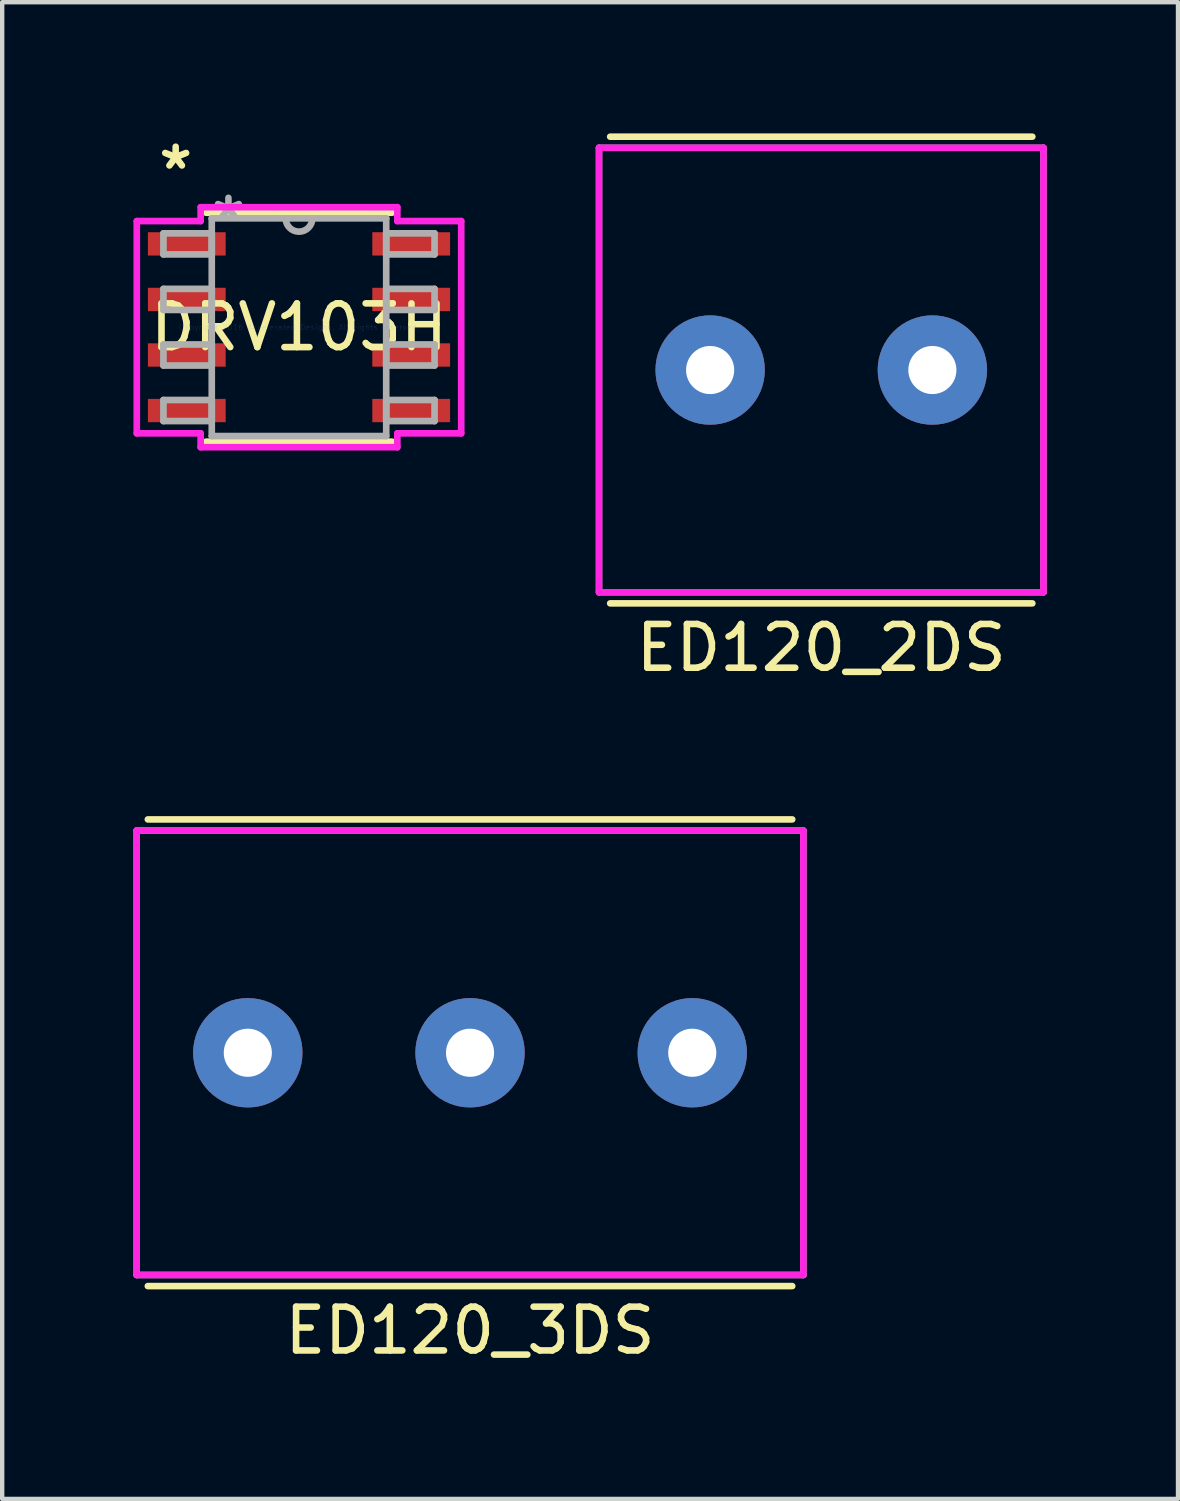
<source format=kicad_pcb>
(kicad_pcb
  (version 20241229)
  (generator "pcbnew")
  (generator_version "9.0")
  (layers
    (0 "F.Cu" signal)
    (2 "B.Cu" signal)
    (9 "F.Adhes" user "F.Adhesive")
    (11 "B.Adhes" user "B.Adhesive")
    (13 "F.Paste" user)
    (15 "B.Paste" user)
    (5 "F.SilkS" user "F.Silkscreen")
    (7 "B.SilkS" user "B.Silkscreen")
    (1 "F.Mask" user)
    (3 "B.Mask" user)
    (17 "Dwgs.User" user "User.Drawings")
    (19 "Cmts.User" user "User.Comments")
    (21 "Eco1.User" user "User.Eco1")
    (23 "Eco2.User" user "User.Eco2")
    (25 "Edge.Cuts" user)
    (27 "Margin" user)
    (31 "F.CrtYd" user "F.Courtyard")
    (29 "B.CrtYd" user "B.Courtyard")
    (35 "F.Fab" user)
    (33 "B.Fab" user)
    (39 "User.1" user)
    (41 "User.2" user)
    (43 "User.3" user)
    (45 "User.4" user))
  (footprint "ED120_3DS"
    (layer "F.Cu")
    (at 7.695 21.016)
    (property "Reference" "ED120_3DS" (at 0 6.35 0) (layer "F.SilkS") (effects (font (size 1 1) (thickness 0.15))))
    (attr through_hole)
    (fp_line (start -7.366 -5.334) (end 7.366 -5.334) (stroke (width 0.15) (type solid)) (layer "F.SilkS"))
    (fp_line (start 7.366 5.334) (end -7.366 5.334) (stroke (width 0.15) (type solid)) (layer "F.SilkS"))
    (fp_line (start -7.62 -5.08) (end 7.62 -5.08) (stroke (width 0.15) (type solid)) (layer "F.CrtYd"))
    (fp_line (start -7.62 5.08) (end -7.62 -5.08) (stroke (width 0.15) (type solid)) (layer "F.CrtYd"))
    (fp_line (start 7.62 -5.08) (end 7.62 5.08) (stroke (width 0.15) (type solid)) (layer "F.CrtYd"))
    (fp_line (start 7.62 5.08) (end -7.62 5.08) (stroke (width 0.15) (type solid)) (layer "F.CrtYd"))
    (fp_line (start -7.62 -5.08) (end 7.62 -5.08) (stroke (width 0.15) (type solid)) (layer "F.Fab"))
    (fp_line (start -7.62 5.08) (end -7.62 -5.08) (stroke (width 0.15) (type solid)) (layer "F.Fab"))
    (fp_line (start 7.62 5.08) (end -7.62 5.08) (stroke (width 0.15) (type solid)) (layer "F.Fab"))
    (fp_line (start 7.62 5.08) (end 7.62 -5.08) (stroke (width 0.15) (type solid)) (layer "F.Fab"))
    (pad "1" thru_hole circle (at -5.08 0) (size 2.5 2.5) (drill 1.1) (layers "*.Cu" "*.Mask"))
    (pad "2" thru_hole circle (at 0 0) (size 2.5 2.5) (drill 1.1) (layers "*.Cu" "*.Mask"))
    (pad "3" thru_hole circle (at 5.08 0) (size 2.5 2.5) (drill 1.1) (layers "*.Cu" "*.Mask")))
  (footprint "DRV103H"
    (layer "F.Cu")
    (at 3.785 4.43)
    (property "Reference" "DRV103H" (at 0 0 0) (layer "F.SilkS") (effects (font (size 1 1) (thickness 0.15))))
    (attr through_hole)
    (fp_line (start -2.121 2.616) (end 2.121 2.616) (stroke (width 0.152) (type solid)) (layer "F.SilkS"))
    (fp_line (start 2.121 -2.616) (end -2.121 -2.616) (stroke (width 0.152) (type solid)) (layer "F.SilkS"))
    (fp_line (start -3.708 -2.426) (end -2.248 -2.426) (stroke (width 0.152) (type solid)) (layer "F.CrtYd"))
    (fp_line (start -3.708 2.426) (end -3.708 -2.426) (stroke (width 0.152) (type solid)) (layer "F.CrtYd"))
    (fp_line (start -2.248 -2.743) (end 2.248 -2.743) (stroke (width 0.152) (type solid)) (layer "F.CrtYd"))
    (fp_line (start -2.248 -2.426) (end -2.248 -2.743) (stroke (width 0.152) (type solid)) (layer "F.CrtYd"))
    (fp_line (start -2.248 2.426) (end -3.708 2.426) (stroke (width 0.152) (type solid)) (layer "F.CrtYd"))
    (fp_line (start -2.248 2.743) (end -2.248 2.426) (stroke (width 0.152) (type solid)) (layer "F.CrtYd"))
    (fp_line (start 2.248 -2.743) (end 2.248 -2.426) (stroke (width 0.152) (type solid)) (layer "F.CrtYd"))
    (fp_line (start 2.248 -2.426) (end 3.708 -2.426) (stroke (width 0.152) (type solid)) (layer "F.CrtYd"))
    (fp_line (start 2.248 2.426) (end 2.248 2.743) (stroke (width 0.152) (type solid)) (layer "F.CrtYd"))
    (fp_line (start 2.248 2.743) (end -2.248 2.743) (stroke (width 0.152) (type solid)) (layer "F.CrtYd"))
    (fp_line (start 3.708 -2.426) (end 3.708 2.426) (stroke (width 0.152) (type solid)) (layer "F.CrtYd"))
    (fp_line (start 3.708 2.426) (end 2.248 2.426) (stroke (width 0.152) (type solid)) (layer "F.CrtYd"))
    (fp_line (start -3.099 -2.146) (end -3.099 -1.664) (stroke (width 0.152) (type solid)) (layer "F.Fab"))
    (fp_line (start -3.099 -1.664) (end -1.994 -1.664) (stroke (width 0.152) (type solid)) (layer "F.Fab"))
    (fp_line (start -3.099 -0.876) (end -3.099 -0.394) (stroke (width 0.152) (type solid)) (layer "F.Fab"))
    (fp_line (start -3.099 -0.394) (end -1.994 -0.394) (stroke (width 0.152) (type solid)) (layer "F.Fab"))
    (fp_line (start -3.099 0.394) (end -3.099 0.876) (stroke (width 0.152) (type solid)) (layer "F.Fab"))
    (fp_line (start -3.099 0.876) (end -1.994 0.876) (stroke (width 0.152) (type solid)) (layer "F.Fab"))
    (fp_line (start -3.099 1.664) (end -3.099 2.146) (stroke (width 0.152) (type solid)) (layer "F.Fab"))
    (fp_line (start -3.099 2.146) (end -1.994 2.146) (stroke (width 0.152) (type solid)) (layer "F.Fab"))
    (fp_line (start -1.994 -2.489) (end -1.994 2.489) (stroke (width 0.152) (type solid)) (layer "F.Fab"))
    (fp_line (start -1.994 -2.146) (end -3.099 -2.146) (stroke (width 0.152) (type solid)) (layer "F.Fab"))
    (fp_line (start -1.994 -1.664) (end -1.994 -2.146) (stroke (width 0.152) (type solid)) (layer "F.Fab"))
    (fp_line (start -1.994 -0.876) (end -3.099 -0.876) (stroke (width 0.152) (type solid)) (layer "F.Fab"))
    (fp_line (start -1.994 -0.394) (end -1.994 -0.876) (stroke (width 0.152) (type solid)) (layer "F.Fab"))
    (fp_line (start -1.994 0.394) (end -3.099 0.394) (stroke (width 0.152) (type solid)) (layer "F.Fab"))
    (fp_line (start -1.994 0.876) (end -1.994 0.394) (stroke (width 0.152) (type solid)) (layer "F.Fab"))
    (fp_line (start -1.994 1.664) (end -3.099 1.664) (stroke (width 0.152) (type solid)) (layer "F.Fab"))
    (fp_line (start -1.994 2.146) (end -1.994 1.664) (stroke (width 0.152) (type solid)) (layer "F.Fab"))
    (fp_line (start -1.994 2.489) (end 1.994 2.489) (stroke (width 0.152) (type solid)) (layer "F.Fab"))
    (fp_line (start 1.994 -2.489) (end -1.994 -2.489) (stroke (width 0.152) (type solid)) (layer "F.Fab"))
    (fp_line (start 1.994 -2.146) (end 1.994 -1.664) (stroke (width 0.152) (type solid)) (layer "F.Fab"))
    (fp_line (start 1.994 -1.664) (end 3.099 -1.664) (stroke (width 0.152) (type solid)) (layer "F.Fab"))
    (fp_line (start 1.994 -0.876) (end 1.994 -0.394) (stroke (width 0.152) (type solid)) (layer "F.Fab"))
    (fp_line (start 1.994 -0.394) (end 3.099 -0.394) (stroke (width 0.152) (type solid)) (layer "F.Fab"))
    (fp_line (start 1.994 0.394) (end 1.994 0.876) (stroke (width 0.152) (type solid)) (layer "F.Fab"))
    (fp_line (start 1.994 0.876) (end 3.099 0.876) (stroke (width 0.152) (type solid)) (layer "F.Fab"))
    (fp_line (start 1.994 1.664) (end 1.994 2.146) (stroke (width 0.152) (type solid)) (layer "F.Fab"))
    (fp_line (start 1.994 2.146) (end 3.099 2.146) (stroke (width 0.152) (type solid)) (layer "F.Fab"))
    (fp_line (start 1.994 2.489) (end 1.994 -2.489) (stroke (width 0.152) (type solid)) (layer "F.Fab"))
    (fp_line (start 3.099 -2.146) (end 1.994 -2.146) (stroke (width 0.152) (type solid)) (layer "F.Fab"))
    (fp_line (start 3.099 -1.664) (end 3.099 -2.146) (stroke (width 0.152) (type solid)) (layer "F.Fab"))
    (fp_line (start 3.099 -0.876) (end 1.994 -0.876) (stroke (width 0.152) (type solid)) (layer "F.Fab"))
    (fp_line (start 3.099 -0.394) (end 3.099 -0.876) (stroke (width 0.152) (type solid)) (layer "F.Fab"))
    (fp_line (start 3.099 0.394) (end 1.994 0.394) (stroke (width 0.152) (type solid)) (layer "F.Fab"))
    (fp_line (start 3.099 0.876) (end 3.099 0.394) (stroke (width 0.152) (type solid)) (layer "F.Fab"))
    (fp_line (start 3.099 1.664) (end 1.994 1.664) (stroke (width 0.152) (type solid)) (layer "F.Fab"))
    (fp_line (start 3.099 2.146) (end 3.099 1.664) (stroke (width 0.152) (type solid)) (layer "F.Fab"))
    (fp_arc (start 0.3048 -2.4892) (mid 0 -2.1844) (end -0.3048 -2.4892) (stroke (width 0.1524) (type solid)) (layer "F.Fab"))
    (fp_text user "*" (at -2.819 -3.581 0) (layer "F.SilkS") (effects (font (size 1 1) (thickness 0.15))))
    (fp_text user "Copyright 2016 Accelerated Designs. All rights reserved." (at 0 0 0) (layer "Cmts.User") (effects (font (size 0.127 0.127) (thickness 0.002))))
    (fp_text user "*" (at -1.613 -2.413 0) (layer "F.Fab") (effects (font (size 1 1) (thickness 0.15))))
    (pad "1" smd rect (at -2.565 -1.905) (size 1.778 0.533) (layers "F.Cu" "F.Mask" "F.Paste"))
    (pad "2" smd rect (at -2.565 -0.635) (size 1.778 0.533) (layers "F.Cu" "F.Mask" "F.Paste"))
    (pad "3" smd rect (at -2.565 0.635) (size 1.778 0.533) (layers "F.Cu" "F.Mask" "F.Paste"))
    (pad "4" smd rect (at -2.565 1.905) (size 1.778 0.533) (layers "F.Cu" "F.Mask" "F.Paste"))
    (pad "5" smd rect (at 2.565 1.905) (size 1.778 0.533) (layers "F.Cu" "F.Mask" "F.Paste"))
    (pad "6" smd rect (at 2.565 0.635) (size 1.778 0.533) (layers "F.Cu" "F.Mask" "F.Paste"))
    (pad "7" smd rect (at 2.565 -0.635) (size 1.778 0.533) (layers "F.Cu" "F.Mask" "F.Paste"))
    (pad "8" smd rect (at 2.565 -1.905) (size 1.778 0.533) (layers "F.Cu" "F.Mask" "F.Paste")))
  (footprint "ED120_2DS"
    (layer "F.Cu")
    (at 15.724 5.409)
    (property "Reference" "ED120_2DS" (at 0 6.35 0) (layer "F.SilkS") (effects (font (size 1 1) (thickness 0.15))))
    (attr through_hole)
    (fp_line (start -4.826 -5.334) (end 4.826 -5.334) (stroke (width 0.15) (type solid)) (layer "F.SilkS"))
    (fp_line (start 4.826 5.334) (end -4.826 5.334) (stroke (width 0.15) (type solid)) (layer "F.SilkS"))
    (fp_line (start -5.08 -5.08) (end 5.08 -5.08) (stroke (width 0.15) (type solid)) (layer "F.CrtYd"))
    (fp_line (start -5.08 5.08) (end -5.08 -5.08) (stroke (width 0.15) (type solid)) (layer "F.CrtYd"))
    (fp_line (start 5.08 -5.08) (end 5.08 5.08) (stroke (width 0.15) (type solid)) (layer "F.CrtYd"))
    (fp_line (start 5.08 5.08) (end -5.08 5.08) (stroke (width 0.15) (type solid)) (layer "F.CrtYd"))
    (fp_line (start -5.08 -5.08) (end 5.08 -5.08) (stroke (width 0.15) (type solid)) (layer "F.Fab"))
    (fp_line (start -5.08 5.08) (end -5.08 -5.08) (stroke (width 0.15) (type solid)) (layer "F.Fab"))
    (fp_line (start 5.08 5.08) (end -5.08 5.08) (stroke (width 0.15) (type solid)) (layer "F.Fab"))
    (fp_line (start 5.08 5.08) (end 5.08 -5.08) (stroke (width 0.15) (type solid)) (layer "F.Fab"))
    (pad "1" thru_hole circle (at -2.54 0) (size 2.5 2.5) (drill 1.1) (layers "*.Cu" "*.Mask"))
    (pad "2" thru_hole circle (at 2.54 0) (size 2.5 2.5) (drill 1.1) (layers "*.Cu" "*.Mask")))
  (gr_rect
    (start -3 -3)
    (end 23.879 31.215)
    (stroke (width 0.1) (type default))
    (fill no)
    (layer "Edge.Cuts")))
</source>
